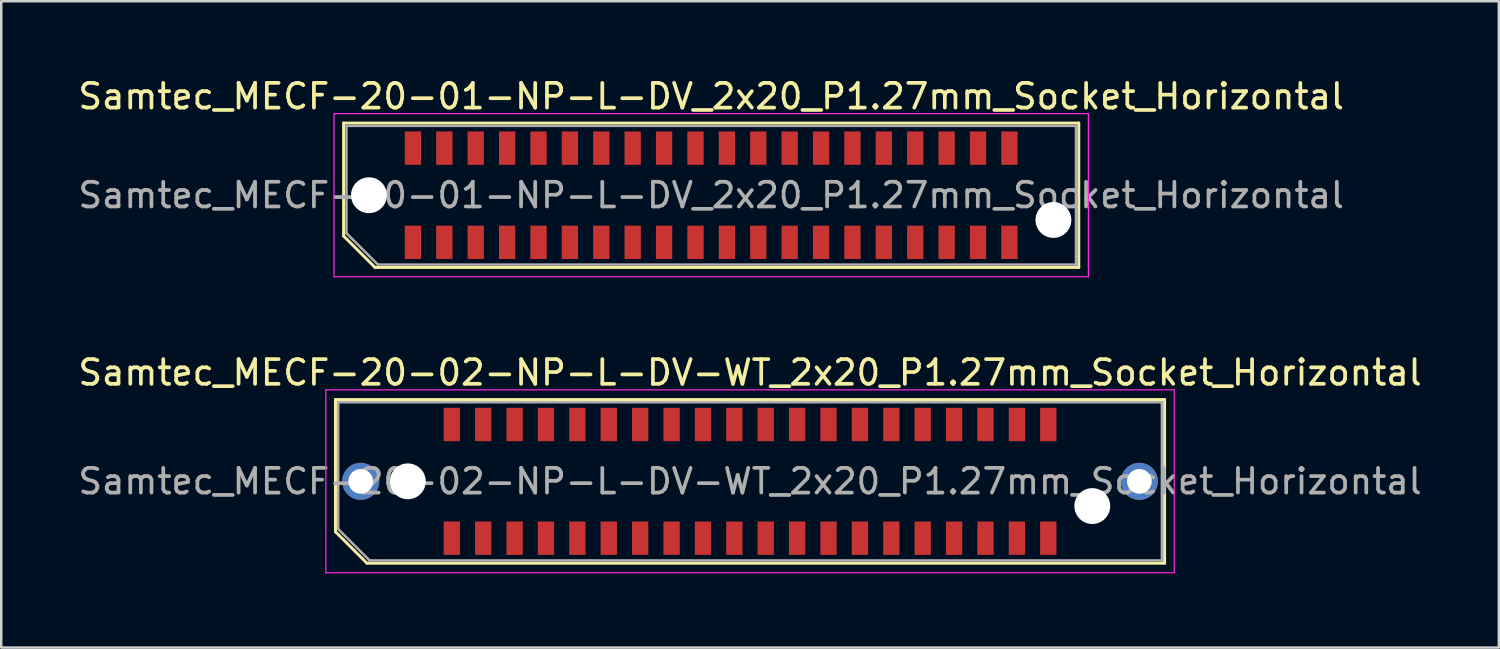
<source format=kicad_pcb>
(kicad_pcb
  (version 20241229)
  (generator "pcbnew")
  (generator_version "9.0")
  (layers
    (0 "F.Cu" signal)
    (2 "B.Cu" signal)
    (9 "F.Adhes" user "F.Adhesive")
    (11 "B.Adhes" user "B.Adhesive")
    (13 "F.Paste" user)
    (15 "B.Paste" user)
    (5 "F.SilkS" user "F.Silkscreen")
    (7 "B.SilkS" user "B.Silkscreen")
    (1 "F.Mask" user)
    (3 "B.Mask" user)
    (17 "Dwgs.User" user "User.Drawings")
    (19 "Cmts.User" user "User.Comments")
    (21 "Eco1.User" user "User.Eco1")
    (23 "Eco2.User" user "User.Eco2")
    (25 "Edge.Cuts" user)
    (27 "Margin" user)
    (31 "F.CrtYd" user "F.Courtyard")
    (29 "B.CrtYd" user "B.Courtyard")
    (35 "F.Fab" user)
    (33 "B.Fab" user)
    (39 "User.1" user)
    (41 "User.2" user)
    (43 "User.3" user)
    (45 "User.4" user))
  (footprint "Samtec_MECF-20-02-NP-L-DV-WT_2x20_P1.27mm_Socket_Horizontal"
    (layer "F.Cu")
    (at 27.292 16.422)
    (property "Reference" "Samtec_MECF-20-02-NP-L-DV-WT_2x20_P1.27mm_Socket_Horizontal" (at 0 -4.4 0) (layer "F.SilkS") (effects (font (size 1 1) (thickness 0.15))))
    (attr smd)
    (fp_line (start -16.77 -3.31) (end 16.77 -3.31) (stroke (width 0.12) (type solid)) (layer "F.SilkS"))
    (fp_line (start -16.77 2.04) (end -16.77 -3.31) (stroke (width 0.12) (type solid)) (layer "F.SilkS"))
    (fp_line (start -15.5 3.31) (end -16.77 2.04) (stroke (width 0.12) (type solid)) (layer "F.SilkS"))
    (fp_line (start -15.5 3.31) (end 16.77 3.31) (stroke (width 0.12) (type solid)) (layer "F.SilkS"))
    (fp_line (start 16.77 3.31) (end 16.77 -3.31) (stroke (width 0.12) (type solid)) (layer "F.SilkS"))
    (fp_line (start -17.16 -3.7) (end -17.16 3.7) (stroke (width 0.05) (type solid)) (layer "F.CrtYd"))
    (fp_line (start -17.16 3.7) (end 17.16 3.7) (stroke (width 0.05) (type solid)) (layer "F.CrtYd"))
    (fp_line (start 17.16 -3.7) (end -17.16 -3.7) (stroke (width 0.05) (type solid)) (layer "F.CrtYd"))
    (fp_line (start 17.16 3.7) (end 17.16 -3.7) (stroke (width 0.05) (type solid)) (layer "F.CrtYd"))
    (fp_line (start -16.66 -3.2) (end 16.66 -3.2) (stroke (width 0.1) (type solid)) (layer "F.Fab"))
    (fp_line (start -16.66 1.93) (end -16.66 -3.2) (stroke (width 0.1) (type solid)) (layer "F.Fab"))
    (fp_line (start -16.66 1.93) (end -15.39 3.2) (stroke (width 0.1) (type solid)) (layer "F.Fab"))
    (fp_line (start -15.39 3.2) (end 16.66 3.2) (stroke (width 0.1) (type solid)) (layer "F.Fab"))
    (fp_line (start 16.66 3.2) (end 16.66 -3.2) (stroke (width 0.1) (type solid)) (layer "F.Fab"))
    (fp_text user "${REFERENCE}" (at 0 0 0) (layer "F.Fab") (effects (font (size 1 1) (thickness 0.15))))
    (pad "" thru_hole circle (at -15.75 0) (size 1.5 1.5) (drill 1) (layers "*.Cu" "*.Mask"))
    (pad "" np_thru_hole circle (at -13.845 0) (size 1.45 1.45) (drill 1.45) (layers "*.Cu" "*.Mask"))
    (pad "" np_thru_hole circle (at 13.845 1) (size 1.45 1.45) (drill 1.45) (layers "*.Cu" "*.Mask"))
    (pad "" thru_hole circle (at 15.75 0) (size 1.5 1.5) (drill 1) (layers "*.Cu" "*.Mask"))
    (pad "1" smd rect (at -12.065 2.3) (size 0.66 1.35) (layers "F.Cu" "F.Mask" "F.Paste"))
    (pad "2" smd rect (at -12.065 -2.3) (size 0.66 1.35) (layers "F.Cu" "F.Mask" "F.Paste"))
    (pad "3" smd rect (at -10.795 2.3) (size 0.66 1.35) (layers "F.Cu" "F.Mask" "F.Paste"))
    (pad "4" smd rect (at -10.795 -2.3) (size 0.66 1.35) (layers "F.Cu" "F.Mask" "F.Paste"))
    (pad "5" smd rect (at -9.525 2.3) (size 0.66 1.35) (layers "F.Cu" "F.Mask" "F.Paste"))
    (pad "6" smd rect (at -9.525 -2.3) (size 0.66 1.35) (layers "F.Cu" "F.Mask" "F.Paste"))
    (pad "7" smd rect (at -8.255 2.3) (size 0.66 1.35) (layers "F.Cu" "F.Mask" "F.Paste"))
    (pad "8" smd rect (at -8.255 -2.3) (size 0.66 1.35) (layers "F.Cu" "F.Mask" "F.Paste"))
    (pad "9" smd rect (at -6.985 2.3) (size 0.66 1.35) (layers "F.Cu" "F.Mask" "F.Paste"))
    (pad "10" smd rect (at -6.985 -2.3) (size 0.66 1.35) (layers "F.Cu" "F.Mask" "F.Paste"))
    (pad "11" smd rect (at -5.715 2.3) (size 0.66 1.35) (layers "F.Cu" "F.Mask" "F.Paste"))
    (pad "12" smd rect (at -5.715 -2.3) (size 0.66 1.35) (layers "F.Cu" "F.Mask" "F.Paste"))
    (pad "13" smd rect (at -4.445 2.3) (size 0.66 1.35) (layers "F.Cu" "F.Mask" "F.Paste"))
    (pad "14" smd rect (at -4.445 -2.3) (size 0.66 1.35) (layers "F.Cu" "F.Mask" "F.Paste"))
    (pad "15" smd rect (at -3.175 2.3) (size 0.66 1.35) (layers "F.Cu" "F.Mask" "F.Paste"))
    (pad "16" smd rect (at -3.175 -2.3) (size 0.66 1.35) (layers "F.Cu" "F.Mask" "F.Paste"))
    (pad "17" smd rect (at -1.905 2.3) (size 0.66 1.35) (layers "F.Cu" "F.Mask" "F.Paste"))
    (pad "18" smd rect (at -1.905 -2.3) (size 0.66 1.35) (layers "F.Cu" "F.Mask" "F.Paste"))
    (pad "19" smd rect (at -0.635 2.3) (size 0.66 1.35) (layers "F.Cu" "F.Mask" "F.Paste"))
    (pad "20" smd rect (at -0.635 -2.3) (size 0.66 1.35) (layers "F.Cu" "F.Mask" "F.Paste"))
    (pad "21" smd rect (at 0.635 2.3) (size 0.66 1.35) (layers "F.Cu" "F.Mask" "F.Paste"))
    (pad "22" smd rect (at 0.635 -2.3) (size 0.66 1.35) (layers "F.Cu" "F.Mask" "F.Paste"))
    (pad "23" smd rect (at 1.905 2.3) (size 0.66 1.35) (layers "F.Cu" "F.Mask" "F.Paste"))
    (pad "24" smd rect (at 1.905 -2.3) (size 0.66 1.35) (layers "F.Cu" "F.Mask" "F.Paste"))
    (pad "25" smd rect (at 3.175 2.3) (size 0.66 1.35) (layers "F.Cu" "F.Mask" "F.Paste"))
    (pad "26" smd rect (at 3.175 -2.3) (size 0.66 1.35) (layers "F.Cu" "F.Mask" "F.Paste"))
    (pad "27" smd rect (at 4.445 2.3) (size 0.66 1.35) (layers "F.Cu" "F.Mask" "F.Paste"))
    (pad "28" smd rect (at 4.445 -2.3) (size 0.66 1.35) (layers "F.Cu" "F.Mask" "F.Paste"))
    (pad "29" smd rect (at 5.715 2.3) (size 0.66 1.35) (layers "F.Cu" "F.Mask" "F.Paste"))
    (pad "30" smd rect (at 5.715 -2.3) (size 0.66 1.35) (layers "F.Cu" "F.Mask" "F.Paste"))
    (pad "31" smd rect (at 6.985 2.3) (size 0.66 1.35) (layers "F.Cu" "F.Mask" "F.Paste"))
    (pad "32" smd rect (at 6.985 -2.3) (size 0.66 1.35) (layers "F.Cu" "F.Mask" "F.Paste"))
    (pad "33" smd rect (at 8.255 2.3) (size 0.66 1.35) (layers "F.Cu" "F.Mask" "F.Paste"))
    (pad "34" smd rect (at 8.255 -2.3) (size 0.66 1.35) (layers "F.Cu" "F.Mask" "F.Paste"))
    (pad "35" smd rect (at 9.525 2.3) (size 0.66 1.35) (layers "F.Cu" "F.Mask" "F.Paste"))
    (pad "36" smd rect (at 9.525 -2.3) (size 0.66 1.35) (layers "F.Cu" "F.Mask" "F.Paste"))
    (pad "37" smd rect (at 10.795 2.3) (size 0.66 1.35) (layers "F.Cu" "F.Mask" "F.Paste"))
    (pad "38" smd rect (at 10.795 -2.3) (size 0.66 1.35) (layers "F.Cu" "F.Mask" "F.Paste"))
    (pad "39" smd rect (at 12.065 2.3) (size 0.66 1.35) (layers "F.Cu" "F.Mask" "F.Paste"))
    (pad "40" smd rect (at 12.065 -2.3) (size 0.66 1.35) (layers "F.Cu" "F.Mask" "F.Paste")))
  (footprint "Samtec_MECF-20-01-NP-L-DV_2x20_P1.27mm_Socket_Horizontal"
    (layer "F.Cu")
    (at 25.72 4.848)
    (property "Reference" "Samtec_MECF-20-01-NP-L-DV_2x20_P1.27mm_Socket_Horizontal" (at 0 -4 0) (layer "F.SilkS") (effects (font (size 1 1) (thickness 0.15))))
    (attr smd)
    (fp_line (start -14.87 -2.92) (end 14.87 -2.92) (stroke (width 0.12) (type solid)) (layer "F.SilkS"))
    (fp_line (start -14.87 1.65) (end -14.87 -2.92) (stroke (width 0.12) (type solid)) (layer "F.SilkS"))
    (fp_line (start -13.6 2.92) (end -14.87 1.65) (stroke (width 0.12) (type solid)) (layer "F.SilkS"))
    (fp_line (start -13.6 2.92) (end 14.87 2.92) (stroke (width 0.12) (type solid)) (layer "F.SilkS"))
    (fp_line (start 14.87 2.92) (end 14.87 -2.92) (stroke (width 0.12) (type solid)) (layer "F.SilkS"))
    (fp_line (start -15.26 -3.3) (end -15.26 3.3) (stroke (width 0.05) (type solid)) (layer "F.CrtYd"))
    (fp_line (start -15.26 3.3) (end 15.26 3.3) (stroke (width 0.05) (type solid)) (layer "F.CrtYd"))
    (fp_line (start 15.26 -3.3) (end -15.26 -3.3) (stroke (width 0.05) (type solid)) (layer "F.CrtYd"))
    (fp_line (start 15.26 3.3) (end 15.26 -3.3) (stroke (width 0.05) (type solid)) (layer "F.CrtYd"))
    (fp_line (start -14.755 -2.805) (end 14.755 -2.805) (stroke (width 0.1) (type solid)) (layer "F.Fab"))
    (fp_line (start -14.755 1.535) (end -14.755 -2.805) (stroke (width 0.1) (type solid)) (layer "F.Fab"))
    (fp_line (start -14.755 1.535) (end -13.485 2.805) (stroke (width 0.1) (type solid)) (layer "F.Fab"))
    (fp_line (start -13.485 2.805) (end 14.755 2.805) (stroke (width 0.1) (type solid)) (layer "F.Fab"))
    (fp_line (start 14.755 2.805) (end 14.755 -2.805) (stroke (width 0.1) (type solid)) (layer "F.Fab"))
    (fp_text user "${REFERENCE}" (at 0 0 0) (layer "F.Fab") (effects (font (size 1 1) (thickness 0.15))))
    (pad "" np_thru_hole circle (at -13.845 0) (size 1.45 1.45) (drill 1.45) (layers "*.Cu" "*.Mask"))
    (pad "" np_thru_hole circle (at 13.845 1) (size 1.45 1.45) (drill 1.45) (layers "*.Cu" "*.Mask"))
    (pad "1" smd rect (at -12.065 1.905) (size 0.66 1.35) (layers "F.Cu" "F.Mask" "F.Paste"))
    (pad "2" smd rect (at -12.065 -1.905) (size 0.66 1.35) (layers "F.Cu" "F.Mask" "F.Paste"))
    (pad "3" smd rect (at -10.795 1.905) (size 0.66 1.35) (layers "F.Cu" "F.Mask" "F.Paste"))
    (pad "4" smd rect (at -10.795 -1.905) (size 0.66 1.35) (layers "F.Cu" "F.Mask" "F.Paste"))
    (pad "5" smd rect (at -9.525 1.905) (size 0.66 1.35) (layers "F.Cu" "F.Mask" "F.Paste"))
    (pad "6" smd rect (at -9.525 -1.905) (size 0.66 1.35) (layers "F.Cu" "F.Mask" "F.Paste"))
    (pad "7" smd rect (at -8.255 1.905) (size 0.66 1.35) (layers "F.Cu" "F.Mask" "F.Paste"))
    (pad "8" smd rect (at -8.255 -1.905) (size 0.66 1.35) (layers "F.Cu" "F.Mask" "F.Paste"))
    (pad "9" smd rect (at -6.985 1.905) (size 0.66 1.35) (layers "F.Cu" "F.Mask" "F.Paste"))
    (pad "10" smd rect (at -6.985 -1.905) (size 0.66 1.35) (layers "F.Cu" "F.Mask" "F.Paste"))
    (pad "11" smd rect (at -5.715 1.905) (size 0.66 1.35) (layers "F.Cu" "F.Mask" "F.Paste"))
    (pad "12" smd rect (at -5.715 -1.905) (size 0.66 1.35) (layers "F.Cu" "F.Mask" "F.Paste"))
    (pad "13" smd rect (at -4.445 1.905) (size 0.66 1.35) (layers "F.Cu" "F.Mask" "F.Paste"))
    (pad "14" smd rect (at -4.445 -1.905) (size 0.66 1.35) (layers "F.Cu" "F.Mask" "F.Paste"))
    (pad "15" smd rect (at -3.175 1.905) (size 0.66 1.35) (layers "F.Cu" "F.Mask" "F.Paste"))
    (pad "16" smd rect (at -3.175 -1.905) (size 0.66 1.35) (layers "F.Cu" "F.Mask" "F.Paste"))
    (pad "17" smd rect (at -1.905 1.905) (size 0.66 1.35) (layers "F.Cu" "F.Mask" "F.Paste"))
    (pad "18" smd rect (at -1.905 -1.905) (size 0.66 1.35) (layers "F.Cu" "F.Mask" "F.Paste"))
    (pad "19" smd rect (at -0.635 1.905) (size 0.66 1.35) (layers "F.Cu" "F.Mask" "F.Paste"))
    (pad "20" smd rect (at -0.635 -1.905) (size 0.66 1.35) (layers "F.Cu" "F.Mask" "F.Paste"))
    (pad "21" smd rect (at 0.635 1.905) (size 0.66 1.35) (layers "F.Cu" "F.Mask" "F.Paste"))
    (pad "22" smd rect (at 0.635 -1.905) (size 0.66 1.35) (layers "F.Cu" "F.Mask" "F.Paste"))
    (pad "23" smd rect (at 1.905 1.905) (size 0.66 1.35) (layers "F.Cu" "F.Mask" "F.Paste"))
    (pad "24" smd rect (at 1.905 -1.905) (size 0.66 1.35) (layers "F.Cu" "F.Mask" "F.Paste"))
    (pad "25" smd rect (at 3.175 1.905) (size 0.66 1.35) (layers "F.Cu" "F.Mask" "F.Paste"))
    (pad "26" smd rect (at 3.175 -1.905) (size 0.66 1.35) (layers "F.Cu" "F.Mask" "F.Paste"))
    (pad "27" smd rect (at 4.445 1.905) (size 0.66 1.35) (layers "F.Cu" "F.Mask" "F.Paste"))
    (pad "28" smd rect (at 4.445 -1.905) (size 0.66 1.35) (layers "F.Cu" "F.Mask" "F.Paste"))
    (pad "29" smd rect (at 5.715 1.905) (size 0.66 1.35) (layers "F.Cu" "F.Mask" "F.Paste"))
    (pad "30" smd rect (at 5.715 -1.905) (size 0.66 1.35) (layers "F.Cu" "F.Mask" "F.Paste"))
    (pad "31" smd rect (at 6.985 1.905) (size 0.66 1.35) (layers "F.Cu" "F.Mask" "F.Paste"))
    (pad "32" smd rect (at 6.985 -1.905) (size 0.66 1.35) (layers "F.Cu" "F.Mask" "F.Paste"))
    (pad "33" smd rect (at 8.255 1.905) (size 0.66 1.35) (layers "F.Cu" "F.Mask" "F.Paste"))
    (pad "34" smd rect (at 8.255 -1.905) (size 0.66 1.35) (layers "F.Cu" "F.Mask" "F.Paste"))
    (pad "35" smd rect (at 9.525 1.905) (size 0.66 1.35) (layers "F.Cu" "F.Mask" "F.Paste"))
    (pad "36" smd rect (at 9.525 -1.905) (size 0.66 1.35) (layers "F.Cu" "F.Mask" "F.Paste"))
    (pad "37" smd rect (at 10.795 1.905) (size 0.66 1.35) (layers "F.Cu" "F.Mask" "F.Paste"))
    (pad "38" smd rect (at 10.795 -1.905) (size 0.66 1.35) (layers "F.Cu" "F.Mask" "F.Paste"))
    (pad "39" smd rect (at 12.065 1.905) (size 0.66 1.35) (layers "F.Cu" "F.Mask" "F.Paste"))
    (pad "40" smd rect (at 12.065 -1.905) (size 0.66 1.35) (layers "F.Cu" "F.Mask" "F.Paste")))
  (gr_rect
    (start -3 -3)
    (end 57.583 23.146)
    (stroke (width 0.1) (type default))
    (fill no)
    (layer "Edge.Cuts")))
</source>
